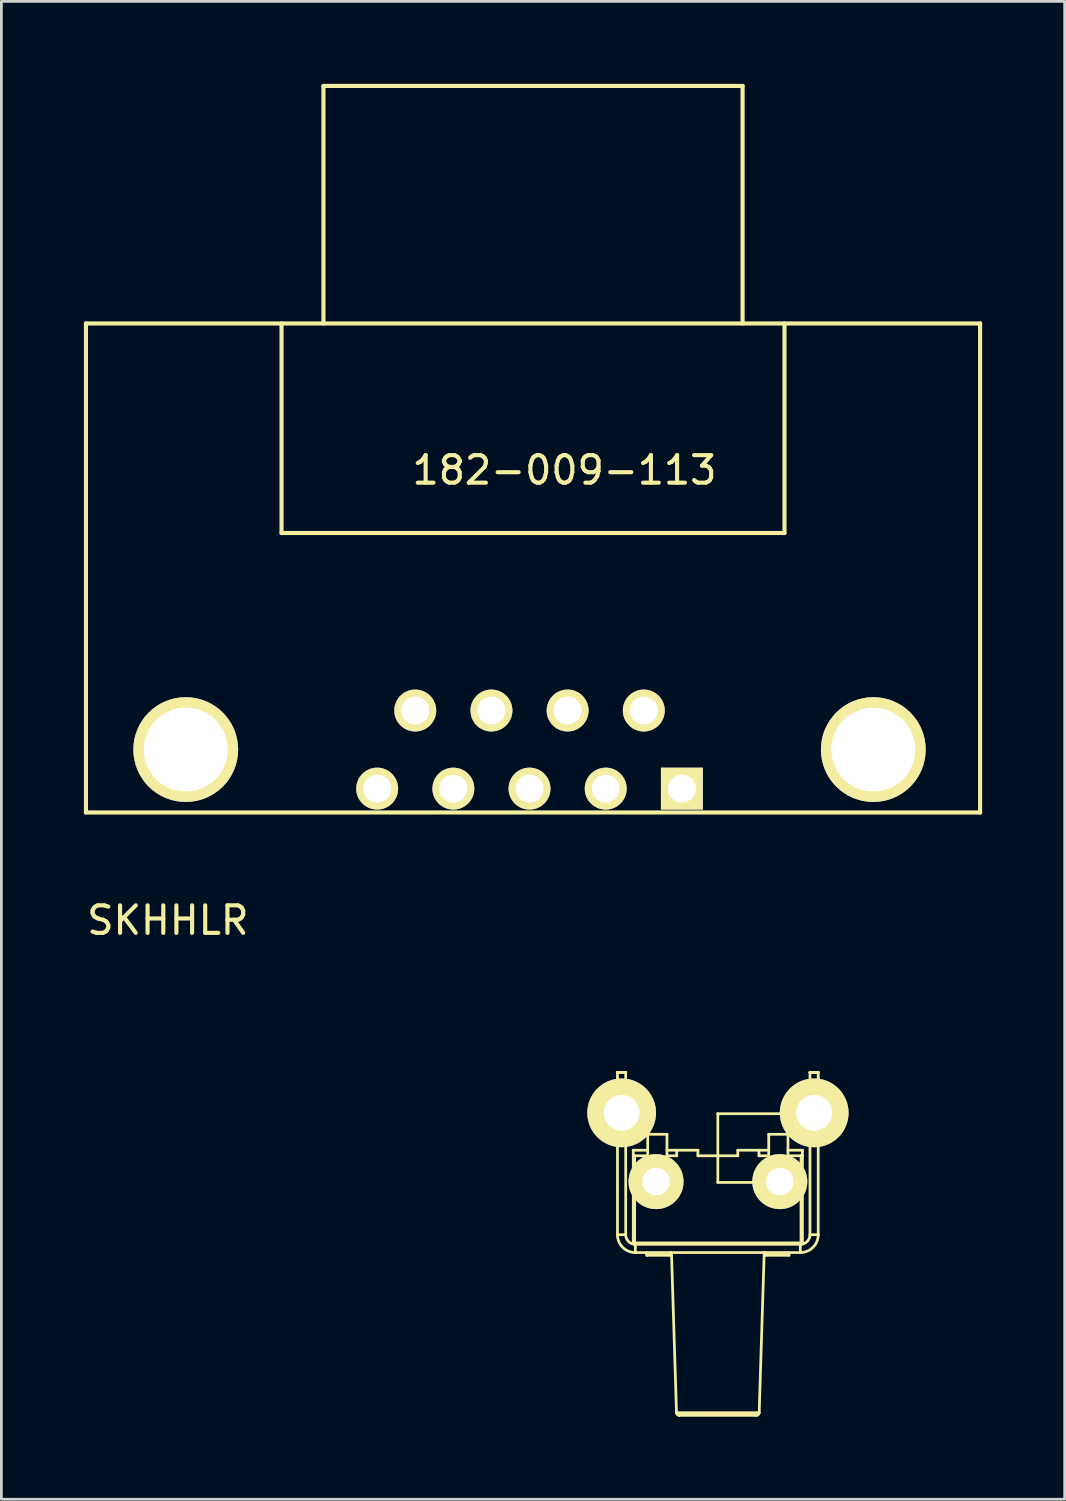
<source format=kicad_pcb>
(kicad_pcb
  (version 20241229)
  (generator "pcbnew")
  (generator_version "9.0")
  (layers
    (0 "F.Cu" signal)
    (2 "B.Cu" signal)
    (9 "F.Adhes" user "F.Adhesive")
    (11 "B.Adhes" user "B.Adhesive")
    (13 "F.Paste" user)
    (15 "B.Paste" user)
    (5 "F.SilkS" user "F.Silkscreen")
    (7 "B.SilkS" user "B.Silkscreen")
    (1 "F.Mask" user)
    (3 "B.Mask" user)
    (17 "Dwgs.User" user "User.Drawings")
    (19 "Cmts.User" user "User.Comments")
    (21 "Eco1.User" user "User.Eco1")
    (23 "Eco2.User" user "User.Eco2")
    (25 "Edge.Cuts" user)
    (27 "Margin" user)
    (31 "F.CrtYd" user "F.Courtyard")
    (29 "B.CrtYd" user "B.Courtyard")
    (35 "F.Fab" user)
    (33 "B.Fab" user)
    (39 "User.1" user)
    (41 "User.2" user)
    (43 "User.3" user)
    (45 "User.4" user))
  (footprint "182-009-113"
    (layer "F.Cu")
    (at 16.204 24.205)
    (property "Reference" "182-009-113" (at 1.27 -10.16 0) (layer "F.SilkS") (effects (font (size 1 1) (thickness 0.15))))
    (attr through_hole)
    (fp_line (start -16.129 -15.494) (end -16.129 2.286) (stroke (width 0.15) (type solid)) (layer "F.SilkS"))
    (fp_line (start -16.129 2.286) (end 16.383 2.286) (stroke (width 0.15) (type solid)) (layer "F.SilkS"))
    (fp_line (start -9.017 -15.494) (end -9.017 -7.874) (stroke (width 0.15) (type solid)) (layer "F.SilkS"))
    (fp_line (start -9.017 -7.874) (end 9.271 -7.874) (stroke (width 0.15) (type solid)) (layer "F.SilkS"))
    (fp_line (start -7.493 -24.13) (end 7.747 -24.13) (stroke (width 0.15) (type solid)) (layer "F.SilkS"))
    (fp_line (start -7.493 -15.494) (end -7.493 -24.13) (stroke (width 0.15) (type solid)) (layer "F.SilkS"))
    (fp_line (start 7.747 -24.13) (end 7.747 -15.494) (stroke (width 0.15) (type solid)) (layer "F.SilkS"))
    (fp_line (start 9.271 -7.874) (end 9.271 -15.494) (stroke (width 0.15) (type solid)) (layer "F.SilkS"))
    (fp_line (start 16.383 -15.494) (end -16.129 -15.494) (stroke (width 0.15) (type solid)) (layer "F.SilkS"))
    (fp_line (start 16.383 2.286) (end 16.383 -15.494) (stroke (width 0.15) (type solid)) (layer "F.SilkS"))
    (pad "" thru_hole circle (at -12.5 0) (size 3.81 3.81) (drill 3.048) (layers "*.Cu" "*.Mask" "F.SilkS"))
    (pad "" thru_hole circle (at 12.5 0) (size 3.81 3.81) (drill 3.048) (layers "*.Cu" "*.Mask" "F.SilkS"))
    (pad "1" thru_hole rect (at 5.54 1.42) (size 1.524 1.524) (drill 1.016) (layers "*.Cu" "*.Mask" "F.SilkS"))
    (pad "2" thru_hole circle (at 2.77 1.42) (size 1.524 1.524) (drill 1.016) (layers "*.Cu" "*.Mask" "F.SilkS"))
    (pad "3" thru_hole circle (at 0 1.42) (size 1.524 1.524) (drill 1.016) (layers "*.Cu" "*.Mask" "F.SilkS"))
    (pad "4" thru_hole circle (at -2.77 1.42) (size 1.524 1.524) (drill 1.016) (layers "*.Cu" "*.Mask" "F.SilkS"))
    (pad "5" thru_hole circle (at -5.54 1.42) (size 1.524 1.524) (drill 1.016) (layers "*.Cu" "*.Mask" "F.SilkS"))
    (pad "6" thru_hole circle (at 4.155 -1.42) (size 1.524 1.524) (drill 1.016) (layers "*.Cu" "*.Mask" "F.SilkS"))
    (pad "7" thru_hole circle (at 1.385 -1.42) (size 1.524 1.524) (drill 1.016) (layers "*.Cu" "*.Mask" "F.SilkS"))
    (pad "8" thru_hole circle (at -1.385 -1.42) (size 1.524 1.524) (drill 1.016) (layers "*.Cu" "*.Mask" "F.SilkS"))
    (pad "9" thru_hole circle (at -4.155 -1.42) (size 1.524 1.524) (drill 1.016) (layers "*.Cu" "*.Mask" "F.SilkS")))
  (footprint "SKHHLR"
    (layer "F.Cu")
    (at 23.054 37.414)
    (property "Reference" "SKHHLR" (at -20 -7 0) (layer "F.SilkS") (effects (font (size 1 1) (thickness 0.15))))
    (attr through_hole)
    (fp_line (start -4.187 -0.47) (end -4.187 0.53) (stroke (width 0.1) (type solid)) (layer "F.SilkS"))
    (fp_line (start -4.187 -0.47) (end -4.125 -0.47) (stroke (width 0.1) (type solid)) (layer "F.SilkS"))
    (fp_line (start -4.125 -0.47) (end -4.125 0.53) (stroke (width 0.1) (type solid)) (layer "F.SilkS"))
    (fp_line (start -4.125 -0.47) (end -3.715 -0.47) (stroke (width 0.1) (type solid)) (layer "F.SilkS"))
    (fp_line (start -4.125 0.53) (end -4.187 0.53) (stroke (width 0.1) (type solid)) (layer "F.SilkS"))
    (fp_line (start -4.125 0.53) (end -3.715 0.53) (stroke (width 0.1) (type solid)) (layer "F.SilkS"))
    (fp_line (start -3.715 -0.47) (end -3.693 -0.47) (stroke (width 0.1) (type solid)) (layer "F.SilkS"))
    (fp_line (start -3.715 0.53) (end -3.715 -0.47) (stroke (width 0.1) (type solid)) (layer "F.SilkS"))
    (fp_line (start -3.693 -0.47) (end -3.676 -0.481) (stroke (width 0.1) (type solid)) (layer "F.SilkS"))
    (fp_line (start -3.676 -0.481) (end -3.665 -0.514) (stroke (width 0.1) (type solid)) (layer "F.SilkS"))
    (fp_line (start -3.666 0.53) (end -3.715 0.53) (stroke (width 0.1) (type solid)) (layer "F.SilkS"))
    (fp_line (start -3.665 -0.514) (end -3.659 -0.564) (stroke (width 0.1) (type solid)) (layer "F.SilkS"))
    (fp_line (start -3.662 0.531) (end -3.666 0.53) (stroke (width 0.1) (type solid)) (layer "F.SilkS"))
    (fp_line (start -3.659 -0.564) (end -3.657 -0.625) (stroke (width 0.1) (type solid)) (layer "F.SilkS"))
    (fp_line (start -3.657 -0.625) (end -3.656 -0.67) (stroke (width 0.1) (type solid)) (layer "F.SilkS"))
    (fp_line (start -3.656 -0.67) (end -3.656 -1.27) (stroke (width 0.1) (type solid)) (layer "F.SilkS"))
    (fp_line (start -3.656 0.55) (end -3.662 0.531) (stroke (width 0.1) (type solid)) (layer "F.SilkS"))
    (fp_line (start -3.653 0.589) (end -3.656 0.55) (stroke (width 0.1) (type solid)) (layer "F.SilkS"))
    (fp_line (start -3.653 -1.47) (end -3.353 -1.47) (stroke (width 0.1) (type solid)) (layer "F.SilkS"))
    (fp_line (start -3.653 -1.466) (end -3.653 -1.47) (stroke (width 0.1) (type solid)) (layer "F.SilkS"))
    (fp_line (start -3.653 -0.753) (end -3.653 -1.466) (stroke (width 0.1) (type solid)) (layer "F.SilkS"))
    (fp_line (start -3.653 -0.753) (end -3.353 -0.753) (stroke (width 0.1) (type solid)) (layer "F.SilkS"))
    (fp_line (start -3.653 -0.557) (end -3.653 -0.753) (stroke (width 0.1) (type solid)) (layer "F.SilkS"))
    (fp_line (start -3.653 4.43) (end -3.653 -0.557) (stroke (width 0.1) (type solid)) (layer "F.SilkS"))
    (fp_line (start -3.353 -1.47) (end -3.353 -1.466) (stroke (width 0.1) (type solid)) (layer "F.SilkS"))
    (fp_line (start -3.353 -1.466) (end -3.653 -1.466) (stroke (width 0.1) (type solid)) (layer "F.SilkS"))
    (fp_line (start -3.353 -0.753) (end -3.353 -1.466) (stroke (width 0.1) (type solid)) (layer "F.SilkS"))
    (fp_line (start -3.353 -0.753) (end -3.353 -0.557) (stroke (width 0.1) (type solid)) (layer "F.SilkS"))
    (fp_line (start -3.353 -0.557) (end -3.653 -0.557) (stroke (width 0.1) (type solid)) (layer "F.SilkS"))
    (fp_line (start -3.353 4.43) (end -3.653 4.43) (stroke (width 0.1) (type solid)) (layer "F.SilkS"))
    (fp_line (start -3.353 4.43) (end -3.353 -0.557) (stroke (width 0.1) (type solid)) (layer "F.SilkS"))
    (fp_line (start -3.339 -0.326) (end -3.339 0.386) (stroke (width 0.1) (type solid)) (layer "F.SilkS"))
    (fp_line (start -3.078 1.36) (end -3.078 1.56) (stroke (width 0.1) (type solid)) (layer "F.SilkS"))
    (fp_line (start -3.078 1.36) (end -2.553 1.36) (stroke (width 0.1) (type solid)) (layer "F.SilkS"))
    (fp_line (start -3.078 1.56) (end -3.028 1.56) (stroke (width 0.1) (type solid)) (layer "F.SilkS"))
    (fp_line (start -3.078 4.73) (end -3.078 1.56) (stroke (width 0.1) (type solid)) (layer "F.SilkS"))
    (fp_line (start -3.028 1.56) (end -3.028 4.73) (stroke (width 0.1) (type solid)) (layer "F.SilkS"))
    (fp_line (start -3.028 4.73) (end -3.078 4.73) (stroke (width 0.1) (type solid)) (layer "F.SilkS"))
    (fp_line (start -3.028 4.73) (end 3.022 4.73) (stroke (width 0.1) (type solid)) (layer "F.SilkS"))
    (fp_line (start -3.028 4.78) (end -3.028 4.73) (stroke (width 0.1) (type solid)) (layer "F.SilkS"))
    (fp_line (start -3.003 4.78) (end -3.003 5.08) (stroke (width 0.1) (type solid)) (layer "F.SilkS"))
    (fp_line (start -2.588 5.08) (end -2.588 5.18) (stroke (width 0.1) (type solid)) (layer "F.SilkS"))
    (fp_line (start -2.553 0.78) (end -2.553 2.48) (stroke (width 0.1) (type solid)) (layer "F.SilkS"))
    (fp_line (start -2.553 0.78) (end -1.853 0.78) (stroke (width 0.1) (type solid)) (layer "F.SilkS"))
    (fp_line (start -2.553 1.56) (end -3.028 1.56) (stroke (width 0.1) (type solid)) (layer "F.SilkS"))
    (fp_line (start -2.553 2.48) (end -1.853 2.48) (stroke (width 0.1) (type solid)) (layer "F.SilkS"))
    (fp_line (start -2.553 2.78) (end -2.553 2.48) (stroke (width 0.1) (type solid)) (layer "F.SilkS"))
    (fp_line (start -2.553 2.78) (end -1.853 2.78) (stroke (width 0.1) (type solid)) (layer "F.SilkS"))
    (fp_line (start -1.853 0.78) (end -1.853 2.48) (stroke (width 0.1) (type solid)) (layer "F.SilkS"))
    (fp_line (start -1.853 1.36) (end -1.498 1.36) (stroke (width 0.1) (type solid)) (layer "F.SilkS"))
    (fp_line (start -1.853 2.48) (end -1.853 2.78) (stroke (width 0.1) (type solid)) (layer "F.SilkS"))
    (fp_line (start -1.718 5.18) (end -2.588 5.18) (stroke (width 0.1) (type solid)) (layer "F.SilkS"))
    (fp_line (start -1.718 5.18) (end -1.718 5.08) (stroke (width 0.1) (type solid)) (layer "F.SilkS"))
    (fp_line (start -1.689 5.08) (end -1.506 10.903) (stroke (width 0.1) (type solid)) (layer "F.SilkS"))
    (fp_line (start -1.506 10.903) (end 1.5 10.903) (stroke (width 0.1) (type solid)) (layer "F.SilkS"))
    (fp_line (start -1.498 1.36) (end -1.498 1.56) (stroke (width 0.1) (type solid)) (layer "F.SilkS"))
    (fp_line (start -1.498 1.36) (end -0.728 1.36) (stroke (width 0.1) (type solid)) (layer "F.SilkS"))
    (fp_line (start -1.498 1.56) (end -1.853 1.56) (stroke (width 0.1) (type solid)) (layer "F.SilkS"))
    (fp_line (start -0.728 1.36) (end -0.728 1.56) (stroke (width 0.1) (type solid)) (layer "F.SilkS"))
    (fp_line (start -0.003 0.03) (end 3.497 0.03) (stroke (width 0.1) (type solid)) (layer "F.SilkS"))
    (fp_line (start -0.003 2.53) (end -0.003 0.03) (stroke (width 0.1) (type solid)) (layer "F.SilkS"))
    (fp_line (start -0.003 2.53) (end 2.247 2.53) (stroke (width 0.1) (type solid)) (layer "F.SilkS"))
    (fp_line (start 0.722 1.36) (end 0.722 1.56) (stroke (width 0.1) (type solid)) (layer "F.SilkS"))
    (fp_line (start 0.722 1.36) (end 1.492 1.36) (stroke (width 0.1) (type solid)) (layer "F.SilkS"))
    (fp_line (start 0.722 1.56) (end -0.728 1.56) (stroke (width 0.1) (type solid)) (layer "F.SilkS"))
    (fp_line (start 1.4 11) (end -1.406 11) (stroke (width 0.1) (type solid)) (layer "F.SilkS"))
    (fp_line (start 1.492 1.36) (end 1.492 1.56) (stroke (width 0.1) (type solid)) (layer "F.SilkS"))
    (fp_line (start 1.492 1.36) (end 1.847 1.36) (stroke (width 0.1) (type solid)) (layer "F.SilkS"))
    (fp_line (start 1.5 10.903) (end 1.683 5.08) (stroke (width 0.1) (type solid)) (layer "F.SilkS"))
    (fp_line (start 1.712 5.08) (end 1.712 5.18) (stroke (width 0.1) (type solid)) (layer "F.SilkS"))
    (fp_line (start 1.847 0.78) (end 1.847 2.48) (stroke (width 0.1) (type solid)) (layer "F.SilkS"))
    (fp_line (start 1.847 1.56) (end 1.492 1.56) (stroke (width 0.1) (type solid)) (layer "F.SilkS"))
    (fp_line (start 1.847 2.48) (end 2.547 2.48) (stroke (width 0.1) (type solid)) (layer "F.SilkS"))
    (fp_line (start 1.847 2.78) (end 1.847 2.48) (stroke (width 0.1) (type solid)) (layer "F.SilkS"))
    (fp_line (start 2.547 0.78) (end 1.847 0.78) (stroke (width 0.1) (type solid)) (layer "F.SilkS"))
    (fp_line (start 2.547 0.78) (end 2.547 2.48) (stroke (width 0.1) (type solid)) (layer "F.SilkS"))
    (fp_line (start 2.547 1.36) (end 3.072 1.36) (stroke (width 0.1) (type solid)) (layer "F.SilkS"))
    (fp_line (start 2.547 2.48) (end 2.547 2.78) (stroke (width 0.1) (type solid)) (layer "F.SilkS"))
    (fp_line (start 2.547 2.78) (end 1.847 2.78) (stroke (width 0.1) (type solid)) (layer "F.SilkS"))
    (fp_line (start 2.582 5.18) (end 1.712 5.18) (stroke (width 0.1) (type solid)) (layer "F.SilkS"))
    (fp_line (start 2.582 5.18) (end 2.582 5.08) (stroke (width 0.1) (type solid)) (layer "F.SilkS"))
    (fp_line (start 2.997 4.78) (end 2.997 5.08) (stroke (width 0.1) (type solid)) (layer "F.SilkS"))
    (fp_line (start 2.997 5.08) (end -3.003 5.08) (stroke (width 0.1) (type solid)) (layer "F.SilkS"))
    (fp_line (start 3.022 1.56) (end 2.547 1.56) (stroke (width 0.1) (type solid)) (layer "F.SilkS"))
    (fp_line (start 3.022 1.56) (end 3.072 1.56) (stroke (width 0.1) (type solid)) (layer "F.SilkS"))
    (fp_line (start 3.022 4.73) (end 3.022 1.56) (stroke (width 0.1) (type solid)) (layer "F.SilkS"))
    (fp_line (start 3.022 4.78) (end -3.028 4.78) (stroke (width 0.1) (type solid)) (layer "F.SilkS"))
    (fp_line (start 3.022 4.78) (end 3.022 4.73) (stroke (width 0.1) (type solid)) (layer "F.SilkS"))
    (fp_line (start 3.072 1.36) (end 3.072 1.56) (stroke (width 0.1) (type solid)) (layer "F.SilkS"))
    (fp_line (start 3.072 1.56) (end 3.072 4.73) (stroke (width 0.1) (type solid)) (layer "F.SilkS"))
    (fp_line (start 3.072 4.73) (end 3.022 4.73) (stroke (width 0.1) (type solid)) (layer "F.SilkS"))
    (fp_line (start 3.333 0.386) (end 3.333 -0.326) (stroke (width 0.1) (type solid)) (layer "F.SilkS"))
    (fp_line (start 3.347 -1.47) (end 3.647 -1.47) (stroke (width 0.1) (type solid)) (layer "F.SilkS"))
    (fp_line (start 3.347 -1.466) (end 3.347 -1.47) (stroke (width 0.1) (type solid)) (layer "F.SilkS"))
    (fp_line (start 3.347 -0.753) (end 3.347 -1.466) (stroke (width 0.1) (type solid)) (layer "F.SilkS"))
    (fp_line (start 3.347 -0.753) (end 3.647 -0.753) (stroke (width 0.1) (type solid)) (layer "F.SilkS"))
    (fp_line (start 3.347 -0.557) (end 3.347 -0.753) (stroke (width 0.1) (type solid)) (layer "F.SilkS"))
    (fp_line (start 3.347 4.43) (end 3.347 -0.557) (stroke (width 0.1) (type solid)) (layer "F.SilkS"))
    (fp_line (start 3.347 4.43) (end 3.647 4.43) (stroke (width 0.1) (type solid)) (layer "F.SilkS"))
    (fp_line (start 3.647 -1.47) (end 3.647 -1.466) (stroke (width 0.1) (type solid)) (layer "F.SilkS"))
    (fp_line (start 3.647 -1.466) (end 3.347 -1.466) (stroke (width 0.1) (type solid)) (layer "F.SilkS"))
    (fp_line (start 3.647 -0.753) (end 3.647 -1.466) (stroke (width 0.1) (type solid)) (layer "F.SilkS"))
    (fp_line (start 3.647 -0.753) (end 3.647 -0.557) (stroke (width 0.1) (type solid)) (layer "F.SilkS"))
    (fp_line (start 3.647 -0.557) (end 3.347 -0.557) (stroke (width 0.1) (type solid)) (layer "F.SilkS"))
    (fp_line (start 3.647 4.43) (end 3.647 -0.557) (stroke (width 0.1) (type solid)) (layer "F.SilkS"))
    (fp_line (start 3.65 -1.27) (end 3.65 -0.67) (stroke (width 0.1) (type solid)) (layer "F.SilkS"))
    (fp_line (start 3.65 -0.67) (end 3.651 -0.604) (stroke (width 0.1) (type solid)) (layer "F.SilkS"))
    (fp_line (start 3.651 -0.604) (end 3.654 -0.546) (stroke (width 0.1) (type solid)) (layer "F.SilkS"))
    (fp_line (start 3.654 -0.546) (end 3.662 -0.501) (stroke (width 0.1) (type solid)) (layer "F.SilkS"))
    (fp_line (start 3.662 -0.501) (end 3.674 -0.476) (stroke (width 0.1) (type solid)) (layer "F.SilkS"))
    (fp_line (start 3.674 -0.476) (end 3.686 -0.47) (stroke (width 0.1) (type solid)) (layer "F.SilkS"))
    (fp_line (start 3.686 -0.47) (end 3.708 -0.47) (stroke (width 0.1) (type solid)) (layer "F.SilkS"))
    (fp_line (start 3.708 -0.47) (end 3.708 0.53) (stroke (width 0.1) (type solid)) (layer "F.SilkS"))
    (fp_line (start 3.708 0.53) (end 3.66 0.53) (stroke (width 0.1) (type solid)) (layer "F.SilkS"))
    (fp_line (start 4.119 -0.47) (end 3.708 -0.47) (stroke (width 0.1) (type solid)) (layer "F.SilkS"))
    (fp_line (start 4.119 -0.47) (end 4.181 -0.47) (stroke (width 0.1) (type solid)) (layer "F.SilkS"))
    (fp_line (start 4.119 0.53) (end 3.708 0.53) (stroke (width 0.1) (type solid)) (layer "F.SilkS"))
    (fp_line (start 4.119 0.53) (end 4.119 -0.47) (stroke (width 0.1) (type solid)) (layer "F.SilkS"))
    (fp_line (start 4.181 0.53) (end 4.119 0.53) (stroke (width 0.1) (type solid)) (layer "F.SilkS"))
    (fp_line (start 4.181 0.53) (end 4.181 -0.47) (stroke (width 0.1) (type solid)) (layer "F.SilkS"))
    (fp_arc (start -3.653275 0.588578) (mid -3.653133 0.598292) (end -3.653086 0.608007) (stroke (width 0.1) (type solid)) (layer "F.SilkS"))
    (fp_arc (start -3.353086 -0.430546) (mid -3.340432 -0.378924) (end -3.339479 -0.325783) (stroke (width 0.1) (type solid)) (layer "F.SilkS"))
    (fp_arc (start -3.339479 0.385783) (mid -3.340258 0.438984) (end -3.353086 0.490622) (stroke (width 0.1) (type solid)) (layer "F.SilkS"))
    (fp_arc (start -3.043037 4.777712) (mid -3.264316 4.662934) (end -3.353086 4.43) (stroke (width 0.1) (type solid)) (layer "F.SilkS"))
    (fp_arc (start -3.028086 4.78) (mid -3.063441 4.765355) (end -3.078086 4.73) (stroke (width 0.1) (type solid)) (layer "F.SilkS"))
    (fp_arc (start -3.003086 5.08) (mid -3.462705 4.889619) (end -3.653086 4.43) (stroke (width 0.1) (type solid)) (layer "F.SilkS"))
    (fp_arc (start -1.406172 11) (mid -1.475766 10.97181) (end -1.506123 10.903134) (stroke (width 0.1) (type solid)) (layer "F.SilkS"))
    (fp_arc (start 1.499951 10.903134) (mid 1.469594 10.97181) (end 1.4 11) (stroke (width 0.1) (type solid)) (layer "F.SilkS"))
    (fp_arc (start 3.071914 4.73) (mid 3.057269 4.765355) (end 3.021914 4.78) (stroke (width 0.1) (type solid)) (layer "F.SilkS"))
    (fp_arc (start 3.333307 -0.325783) (mid 3.334086 -0.378984) (end 3.346914 -0.430622) (stroke (width 0.1) (type solid)) (layer "F.SilkS"))
    (fp_arc (start 3.346914 0.490546) (mid 3.33426 0.438924) (end 3.333307 0.385783) (stroke (width 0.1) (type solid)) (layer "F.SilkS"))
    (fp_arc (start 3.346914 4.43) (mid 3.258145 4.662935) (end 3.036865 4.777712) (stroke (width 0.1) (type solid)) (layer "F.SilkS"))
    (fp_arc (start 3.646914 0.608008) (mid 3.646961 0.598293) (end 3.647103 0.588579) (stroke (width 0.1) (type solid)) (layer "F.SilkS"))
    (fp_arc (start 3.646914 4.43) (mid 3.456533 4.889619) (end 2.996914 5.08) (stroke (width 0.1) (type solid)) (layer "F.SilkS"))
    (fp_arc (start 3.647102 0.588579) (mid 3.648363 0.55816) (end 3.659935 0.53) (stroke (width 0.1) (type solid)) (layer "F.SilkS"))
    (fp_circle (center -3.503 0.03) (end -2.853 0.03) (stroke (width 0.1) (type solid)) (fill no) (layer "F.SilkS"))
    (fp_circle (center -2.253 2.53) (end -1.753 2.53) (stroke (width 0.1) (type solid)) (fill no) (layer "F.SilkS"))
    (fp_circle (center 2.247 2.53) (end 2.747 2.53) (stroke (width 0.1) (type solid)) (fill no) (layer "F.SilkS"))
    (fp_circle (center 3.497 0.03) (end 4.147 0.03) (stroke (width 0.1) (type solid)) (fill no) (layer "F.SilkS"))
    (pad "1" thru_hole circle (at -2.25 2.5) (size 2 2) (drill 1) (layers "*.Cu" "*.Mask" "F.SilkS"))
    (pad "2" thru_hole circle (at 2.25 2.5) (size 2 2) (drill 1) (layers "*.Cu" "*.Mask" "F.SilkS"))
    (pad "G" thru_hole circle (at -3.5 0) (size 2.5 2.5) (drill 1.3) (layers "*.Cu" "*.Mask" "F.SilkS"))
    (pad "G" thru_hole circle (at 3.5 0) (size 2.5 2.5) (drill 1.3) (layers "*.Cu" "*.Mask" "F.SilkS")))
  (gr_rect
    (start -3 -3)
    (end 35.662 51.464)
    (stroke (width 0.1) (type default))
    (fill no)
    (layer "Edge.Cuts")))
</source>
